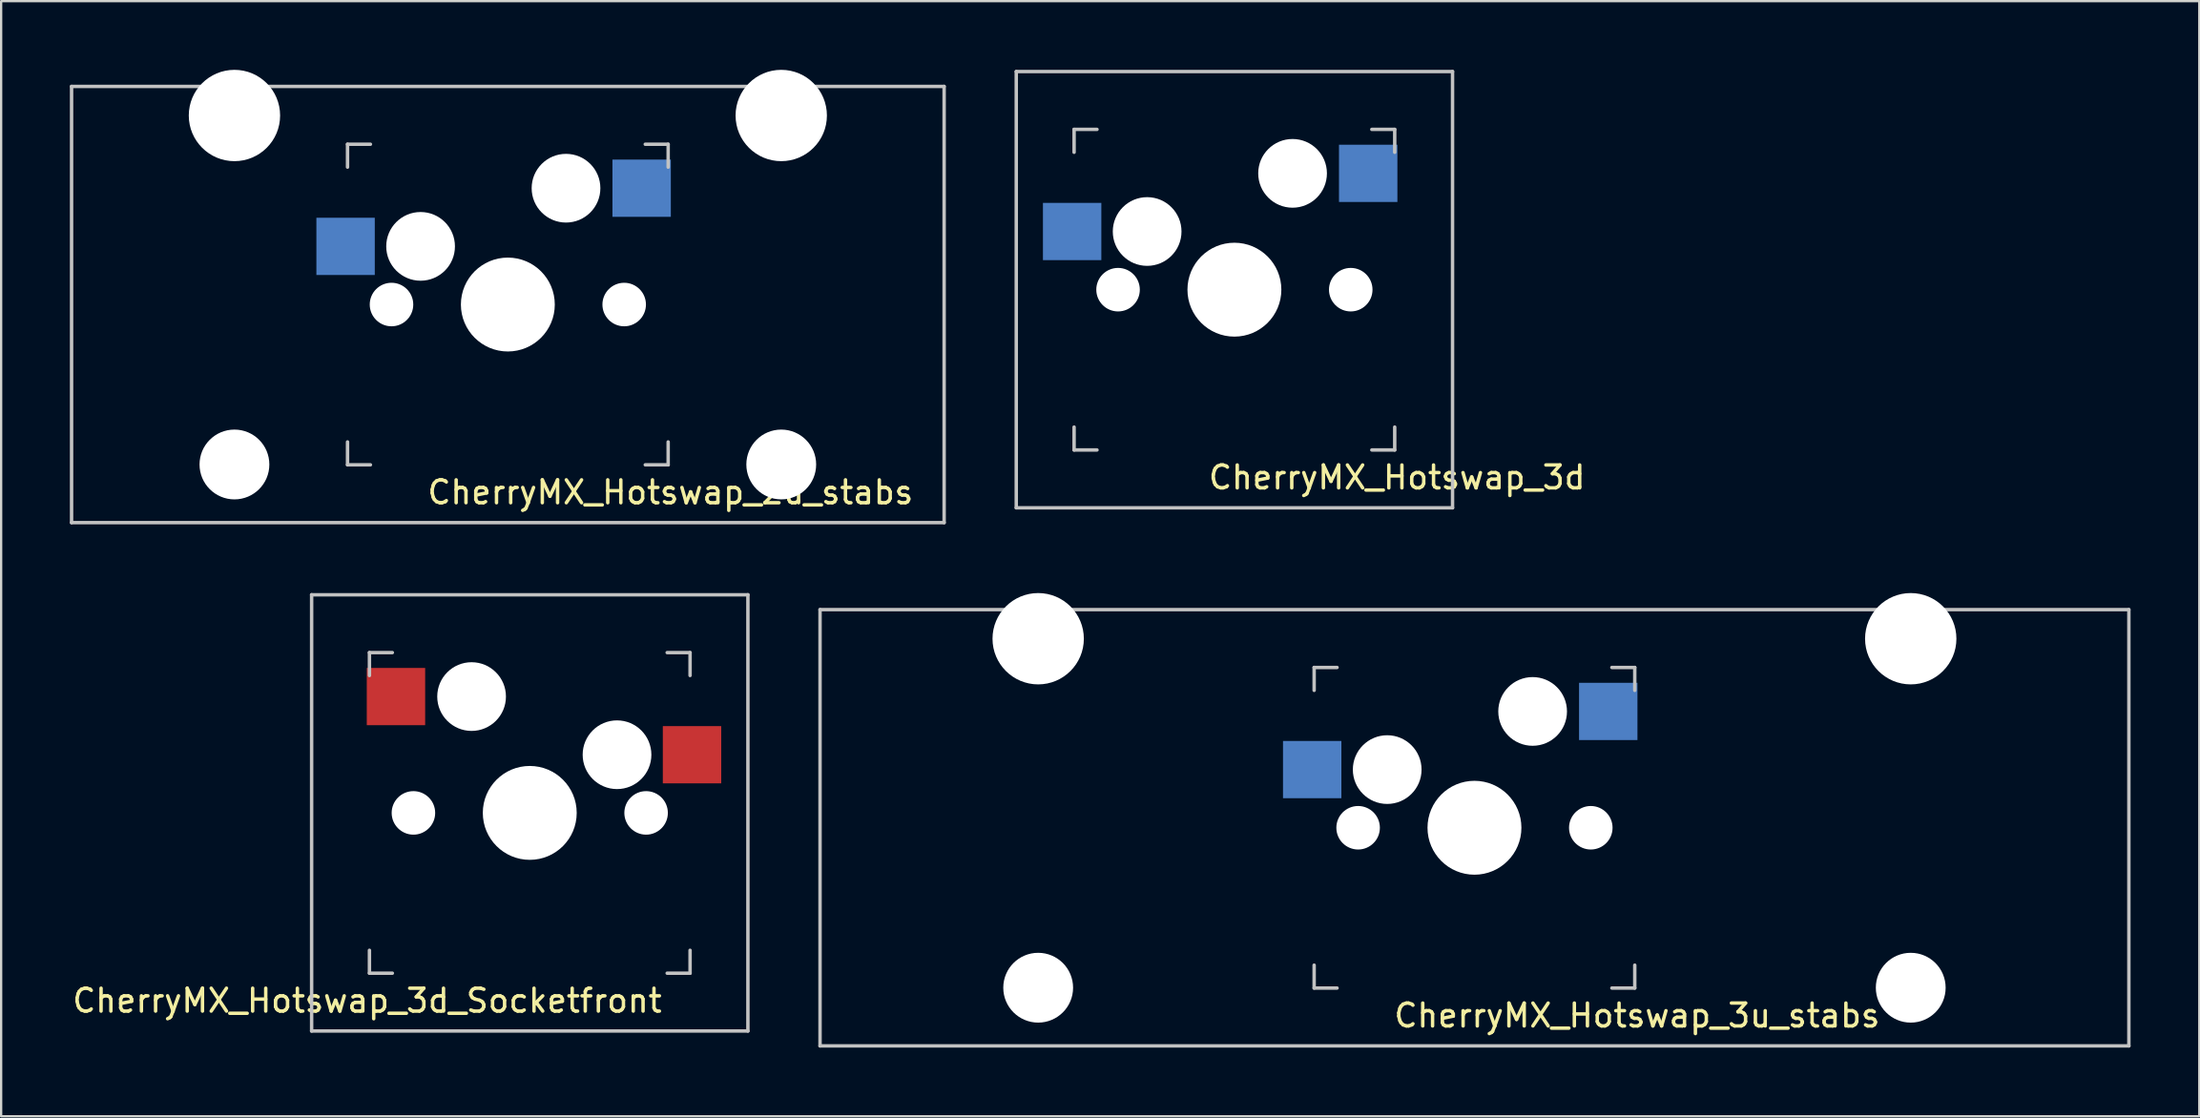
<source format=kicad_pcb>
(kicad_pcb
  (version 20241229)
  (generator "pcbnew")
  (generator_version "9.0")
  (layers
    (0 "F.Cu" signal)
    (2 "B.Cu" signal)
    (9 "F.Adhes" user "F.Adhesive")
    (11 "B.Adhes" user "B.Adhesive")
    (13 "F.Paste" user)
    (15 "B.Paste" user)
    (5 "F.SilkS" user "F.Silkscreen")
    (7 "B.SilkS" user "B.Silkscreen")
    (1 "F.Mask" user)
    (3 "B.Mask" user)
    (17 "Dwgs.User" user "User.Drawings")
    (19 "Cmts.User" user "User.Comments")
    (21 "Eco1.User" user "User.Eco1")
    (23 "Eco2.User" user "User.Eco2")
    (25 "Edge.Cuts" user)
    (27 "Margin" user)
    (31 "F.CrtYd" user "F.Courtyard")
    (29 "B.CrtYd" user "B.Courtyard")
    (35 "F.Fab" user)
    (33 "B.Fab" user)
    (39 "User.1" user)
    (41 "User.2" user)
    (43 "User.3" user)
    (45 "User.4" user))
  (footprint "CherryMX_Hotswap_2u_stabs"
    (layer "F.Cu")
    (at 19.125 10.249)
    (property "Reference" "CherryMX_Hotswap_2u_stabs" (at 7.1 8.2 0) (layer "F.SilkS") (effects (font (size 1 1) (thickness 0.15))))
    (fp_line (start -19.05 -9.525) (end 19.05 -9.525) (stroke (width 0.15) (type solid)) (layer "Dwgs.User"))
    (fp_line (start -19.05 9.525) (end -19.05 -9.525) (stroke (width 0.15) (type solid)) (layer "Dwgs.User"))
    (fp_line (start -7 -7) (end -6 -7) (stroke (width 0.15) (type solid)) (layer "Dwgs.User"))
    (fp_line (start -7 -6) (end -7 -7) (stroke (width 0.15) (type solid)) (layer "Dwgs.User"))
    (fp_line (start -7 6) (end -7 7) (stroke (width 0.15) (type solid)) (layer "Dwgs.User"))
    (fp_line (start -7 7) (end -6 7) (stroke (width 0.15) (type solid)) (layer "Dwgs.User"))
    (fp_line (start 6 7) (end 7 7) (stroke (width 0.15) (type solid)) (layer "Dwgs.User"))
    (fp_line (start 7 -7) (end 6 -7) (stroke (width 0.15) (type solid)) (layer "Dwgs.User"))
    (fp_line (start 7 -7) (end 7 -6) (stroke (width 0.15) (type solid)) (layer "Dwgs.User"))
    (fp_line (start 7 7) (end 7 6) (stroke (width 0.15) (type solid)) (layer "Dwgs.User"))
    (fp_line (start 19.05 -9.525) (end 19.05 9.525) (stroke (width 0.15) (type solid)) (layer "Dwgs.User"))
    (fp_line (start 19.05 9.525) (end -19.05 9.525) (stroke (width 0.15) (type solid)) (layer "Dwgs.User"))
    (pad "" np_thru_hole circle (at -11.938 -8.255) (size 3.988 3.988) (drill 3.988) (layers "*.Cu" "*.Mask"))
    (pad "" np_thru_hole circle (at -11.938 6.985) (size 3.048 3.048) (drill 3.048) (layers "*.Cu" "*.Mask"))
    (pad "" np_thru_hole circle (at -5.08 0) (size 1.9 1.9) (drill 1.9) (layers "*.Cu" "*.Mask"))
    (pad "" np_thru_hole circle (at -3.81 -2.54) (size 3 3) (drill 3) (layers "*.Cu" "*.Mask"))
    (pad "" np_thru_hole circle (at 0 0 90) (size 4.1 4.1) (drill 4.1) (layers "*.Cu" "*.Mask"))
    (pad "" np_thru_hole circle (at 2.54 -5.08) (size 3 3) (drill 3) (layers "*.Cu" "*.Mask"))
    (pad "" np_thru_hole circle (at 5.08 0) (size 1.9 1.9) (drill 1.9) (layers "*.Cu" "*.Mask"))
    (pad "" np_thru_hole circle (at 11.938 -8.255) (size 3.988 3.988) (drill 3.988) (layers "*.Cu" "*.Mask"))
    (pad "" np_thru_hole circle (at 11.938 6.985) (size 3.048 3.048) (drill 3.048) (layers "*.Cu" "*.Mask"))
    (pad "1" smd rect (at -7.085 -2.54 180) (size 2.55 2.5) (layers "B.Cu" "B.Mask" "B.Paste"))
    (pad "2" smd rect (at 5.842 -5.08 180) (size 2.55 2.5) (layers "B.Cu" "B.Mask" "B.Paste")))
  (footprint "CherryMX_Hotswap_3d_Socketfront"
    (layer "F.Cu")
    (at 20.082 32.449)
    (property "Reference" "CherryMX_Hotswap_3d_Socketfront" (at -7.1 8.2 0) (layer "F.SilkS") (effects (font (size 1 1) (thickness 0.15))))
    (fp_line (start -9.525 -9.525) (end -9.525 9.525) (stroke (width 0.15) (type solid)) (layer "Dwgs.User"))
    (fp_line (start -9.525 9.525) (end 9.525 9.525) (stroke (width 0.15) (type solid)) (layer "Dwgs.User"))
    (fp_line (start -7 -7) (end -7 -6) (stroke (width 0.15) (type solid)) (layer "Dwgs.User"))
    (fp_line (start -7 -7) (end -6 -7) (stroke (width 0.15) (type solid)) (layer "Dwgs.User"))
    (fp_line (start -7 7) (end -7 6) (stroke (width 0.15) (type solid)) (layer "Dwgs.User"))
    (fp_line (start -6 7) (end -7 7) (stroke (width 0.15) (type solid)) (layer "Dwgs.User"))
    (fp_line (start 7 -7) (end 6 -7) (stroke (width 0.15) (type solid)) (layer "Dwgs.User"))
    (fp_line (start 7 -6) (end 7 -7) (stroke (width 0.15) (type solid)) (layer "Dwgs.User"))
    (fp_line (start 7 6) (end 7 7) (stroke (width 0.15) (type solid)) (layer "Dwgs.User"))
    (fp_line (start 7 7) (end 6 7) (stroke (width 0.15) (type solid)) (layer "Dwgs.User"))
    (fp_line (start 9.525 -9.525) (end -9.525 -9.525) (stroke (width 0.15) (type solid)) (layer "Dwgs.User"))
    (fp_line (start 9.525 9.525) (end 9.525 -9.525) (stroke (width 0.15) (type solid)) (layer "Dwgs.User"))
    (pad "" np_thru_hole circle (at -5.08 0) (size 1.9 1.9) (drill 1.9) (layers "*.Cu" "*.Mask"))
    (pad "" np_thru_hole circle (at -2.54 -5.08) (size 3 3) (drill 3) (layers "*.Cu" "*.Mask"))
    (pad "" np_thru_hole circle (at 0 0 270) (size 4.1 4.1) (drill 4.1) (layers "*.Cu" "*.Mask"))
    (pad "" np_thru_hole circle (at 3.81 -2.54) (size 3 3) (drill 3) (layers "*.Cu" "*.Mask"))
    (pad "" np_thru_hole circle (at 5.08 0) (size 1.9 1.9) (drill 1.9) (layers "*.Cu" "*.Mask"))
    (pad "1" smd rect (at 7.085 -2.54 180) (size 2.55 2.5) (layers "F.Cu" "F.Mask" "F.Paste"))
    (pad "2" smd rect (at -5.842 -5.08 180) (size 2.55 2.5) (layers "F.Cu" "F.Mask" "F.Paste")))
  (footprint "CherryMX_Hotswap_3d"
    (layer "F.Cu")
    (at 50.85 9.6)
    (property "Reference" "CherryMX_Hotswap_3d" (at 7.1 8.2 0) (layer "F.SilkS") (effects (font (size 1 1) (thickness 0.15))))
    (fp_line (start -9.525 -9.525) (end 9.525 -9.525) (stroke (width 0.15) (type solid)) (layer "Dwgs.User"))
    (fp_line (start -9.525 9.525) (end -9.525 -9.525) (stroke (width 0.15) (type solid)) (layer "Dwgs.User"))
    (fp_line (start -7 -7) (end -6 -7) (stroke (width 0.15) (type solid)) (layer "Dwgs.User"))
    (fp_line (start -7 -6) (end -7 -7) (stroke (width 0.15) (type solid)) (layer "Dwgs.User"))
    (fp_line (start -7 6) (end -7 7) (stroke (width 0.15) (type solid)) (layer "Dwgs.User"))
    (fp_line (start -7 7) (end -6 7) (stroke (width 0.15) (type solid)) (layer "Dwgs.User"))
    (fp_line (start 6 7) (end 7 7) (stroke (width 0.15) (type solid)) (layer "Dwgs.User"))
    (fp_line (start 7 -7) (end 6 -7) (stroke (width 0.15) (type solid)) (layer "Dwgs.User"))
    (fp_line (start 7 -7) (end 7 -6) (stroke (width 0.15) (type solid)) (layer "Dwgs.User"))
    (fp_line (start 7 7) (end 7 6) (stroke (width 0.15) (type solid)) (layer "Dwgs.User"))
    (fp_line (start 9.525 -9.525) (end 9.525 9.525) (stroke (width 0.15) (type solid)) (layer "Dwgs.User"))
    (fp_line (start 9.525 9.525) (end -9.525 9.525) (stroke (width 0.15) (type solid)) (layer "Dwgs.User"))
    (pad "" np_thru_hole circle (at -5.08 0) (size 1.9 1.9) (drill 1.9) (layers "*.Cu" "*.Mask"))
    (pad "" np_thru_hole circle (at -3.81 -2.54) (size 3 3) (drill 3) (layers "*.Cu" "*.Mask"))
    (pad "" np_thru_hole circle (at 0 0 90) (size 4.1 4.1) (drill 4.1) (layers "*.Cu" "*.Mask"))
    (pad "" np_thru_hole circle (at 2.54 -5.08) (size 3 3) (drill 3) (layers "*.Cu" "*.Mask"))
    (pad "" np_thru_hole circle (at 5.08 0) (size 1.9 1.9) (drill 1.9) (layers "*.Cu" "*.Mask"))
    (pad "1" smd rect (at -7.085 -2.54 180) (size 2.55 2.5) (layers "B.Cu" "B.Mask" "B.Paste"))
    (pad "2" smd rect (at 5.842 -5.08 180) (size 2.55 2.5) (layers "B.Cu" "B.Mask" "B.Paste")))
  (footprint "CherryMX_Hotswap_3u_stabs"
    (layer "F.Cu")
    (at 61.332 33.098)
    (property "Reference" "CherryMX_Hotswap_3u_stabs" (at 7.1 8.2 0) (layer "F.SilkS") (effects (font (size 1 1) (thickness 0.15))))
    (fp_line (start -28.575 -9.525) (end 28.575 -9.525) (stroke (width 0.15) (type solid)) (layer "Dwgs.User"))
    (fp_line (start -28.575 9.525) (end -28.575 -9.525) (stroke (width 0.15) (type solid)) (layer "Dwgs.User"))
    (fp_line (start -7 -7) (end -6 -7) (stroke (width 0.15) (type solid)) (layer "Dwgs.User"))
    (fp_line (start -7 -6) (end -7 -7) (stroke (width 0.15) (type solid)) (layer "Dwgs.User"))
    (fp_line (start -7 6) (end -7 7) (stroke (width 0.15) (type solid)) (layer "Dwgs.User"))
    (fp_line (start -7 7) (end -6 7) (stroke (width 0.15) (type solid)) (layer "Dwgs.User"))
    (fp_line (start 6 7) (end 7 7) (stroke (width 0.15) (type solid)) (layer "Dwgs.User"))
    (fp_line (start 7 -7) (end 6 -7) (stroke (width 0.15) (type solid)) (layer "Dwgs.User"))
    (fp_line (start 7 -7) (end 7 -6) (stroke (width 0.15) (type solid)) (layer "Dwgs.User"))
    (fp_line (start 7 7) (end 7 6) (stroke (width 0.15) (type solid)) (layer "Dwgs.User"))
    (fp_line (start 28.575 -9.525) (end 28.575 9.525) (stroke (width 0.15) (type solid)) (layer "Dwgs.User"))
    (fp_line (start 28.575 9.525) (end -28.575 9.525) (stroke (width 0.15) (type solid)) (layer "Dwgs.User"))
    (pad "" np_thru_hole circle (at -19.05 -8.255) (size 3.988 3.988) (drill 3.988) (layers "*.Cu" "*.Mask"))
    (pad "" np_thru_hole circle (at -19.05 6.985) (size 3.048 3.048) (drill 3.048) (layers "*.Cu" "*.Mask"))
    (pad "" np_thru_hole circle (at -5.08 0) (size 1.9 1.9) (drill 1.9) (layers "*.Cu" "*.Mask"))
    (pad "" np_thru_hole circle (at -3.81 -2.54) (size 3 3) (drill 3) (layers "*.Cu" "*.Mask"))
    (pad "" np_thru_hole circle (at 0 0 90) (size 4.1 4.1) (drill 4.1) (layers "*.Cu" "*.Mask"))
    (pad "" np_thru_hole circle (at 2.54 -5.08) (size 3 3) (drill 3) (layers "*.Cu" "*.Mask"))
    (pad "" np_thru_hole circle (at 5.08 0) (size 1.9 1.9) (drill 1.9) (layers "*.Cu" "*.Mask"))
    (pad "" np_thru_hole circle (at 19.05 -8.255) (size 3.988 3.988) (drill 3.988) (layers "*.Cu" "*.Mask"))
    (pad "" np_thru_hole circle (at 19.05 6.985) (size 3.048 3.048) (drill 3.048) (layers "*.Cu" "*.Mask"))
    (pad "1" smd rect (at -7.085 -2.54 180) (size 2.55 2.5) (layers "B.Cu" "B.Mask" "B.Paste"))
    (pad "2" smd rect (at 5.842 -5.08 180) (size 2.55 2.5) (layers "B.Cu" "B.Mask" "B.Paste")))
  (gr_rect
    (start -3 -3)
    (end 92.982 45.698)
    (stroke (width 0.1) (type default))
    (fill no)
    (layer "Edge.Cuts")))
</source>
